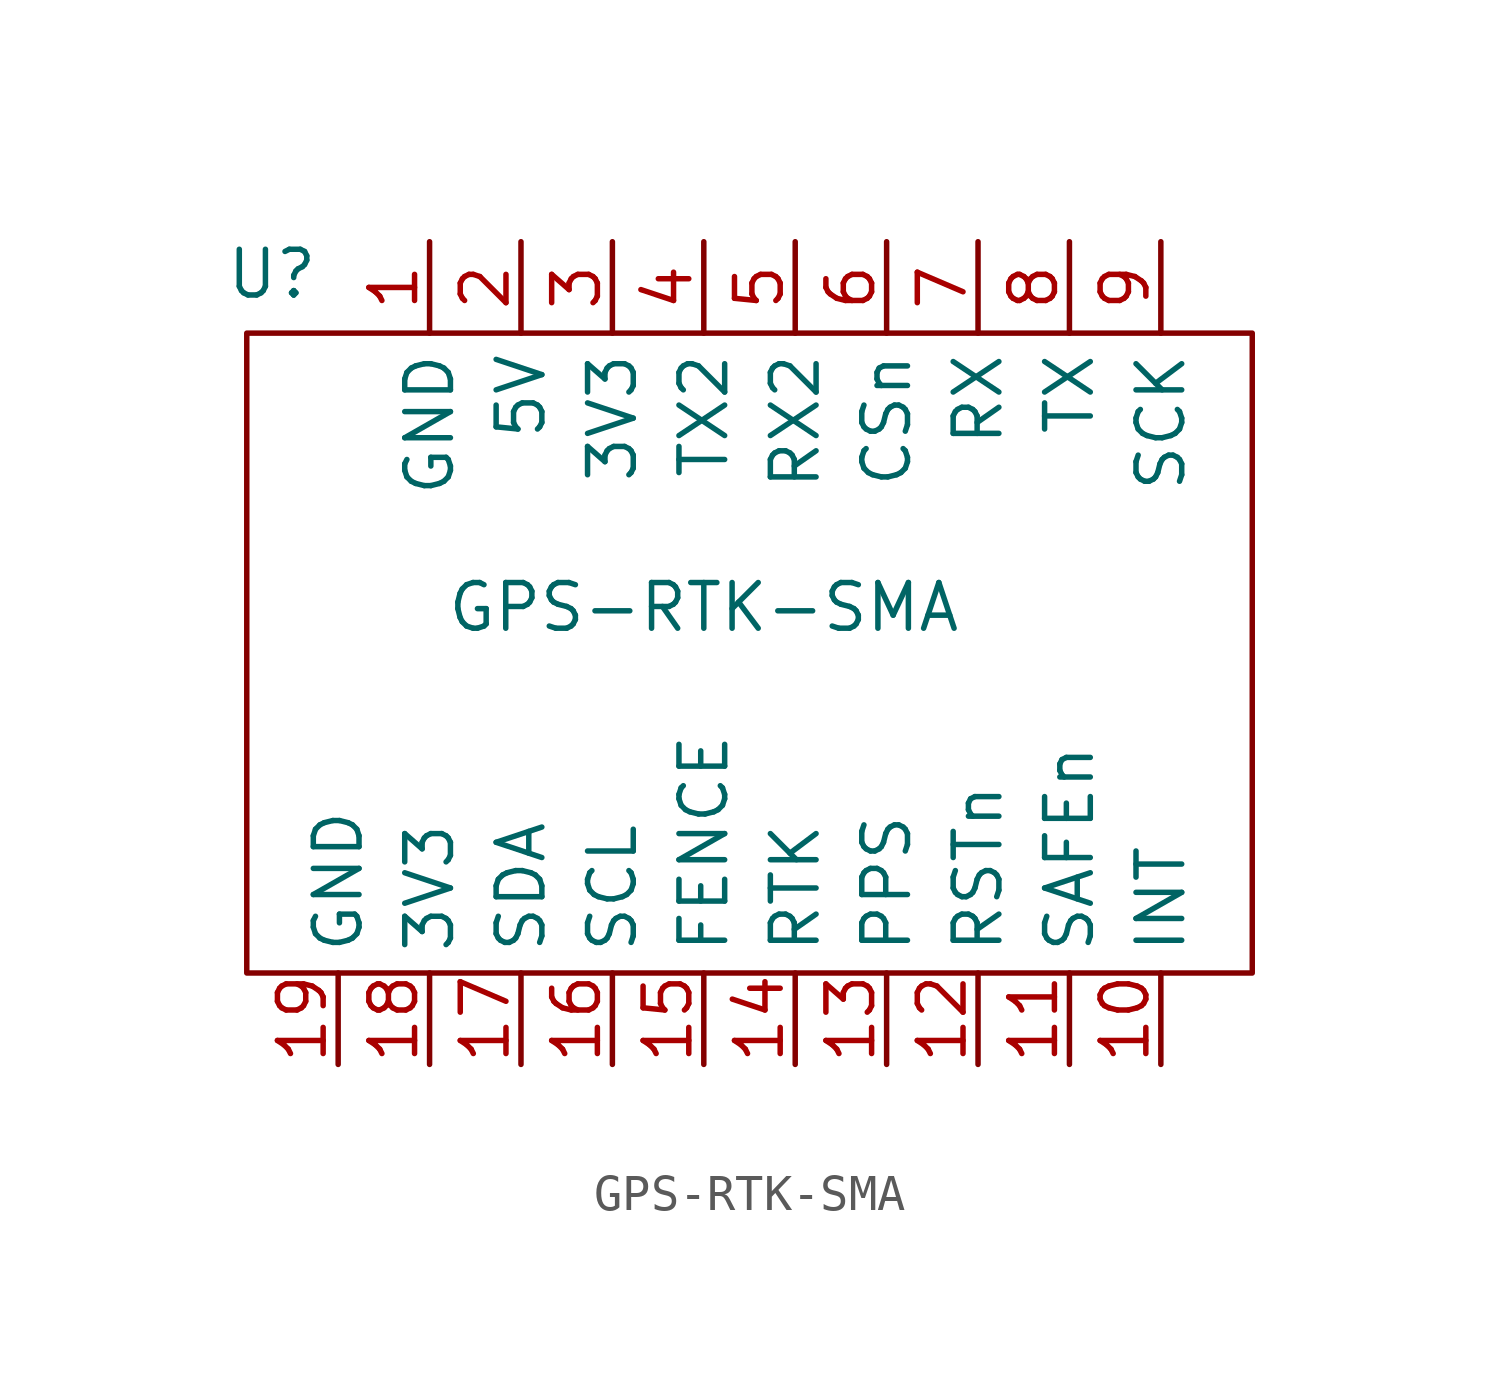
<source format=kicad_sym>
(kicad_symbol_lib
  (version 20211014)
  (generator kicad_symbol_editor)
  (symbol "GPS-RTK-SMA"
    (property "Reference" "U"
      (at -12 24.5 0)
      (effects (font (size 1.27 1.27))))
    (property "Value" "GPS-RTK-SMA"
      (at 0 15.24 0)
      (effects (font (size 1.27 1.27))))
    (symbol "GPS-RTK-SMA_0_1"
      (rectangle (start -12.7 22.86) (end 15.24 5.08) (stroke (width 0.152) (type default) (color 0 0 0 0)) (fill (type none))))
    (symbol "GPS-RTK-SMA_1_1"
      (pin input line (at -7.62 25.4 270) (length 2.54) (name "GND" (effects (font (size 1.27 1.27)))) (number "1" (effects (font (size 1.27 1.27)))))
      (pin input line (at 12.7 2.54 90) (length 2.54) (name "INT" (effects (font (size 1.27 1.27)))) (number "10" (effects (font (size 1.27 1.27)))))
      (pin input line (at 10.16 2.54 90) (length 2.54) (name "SAFEn" (effects (font (size 1.27 1.27)))) (number "11" (effects (font (size 1.27 1.27)))))
      (pin input line (at 7.62 2.54 90) (length 2.54) (name "RSTn" (effects (font (size 1.27 1.27)))) (number "12" (effects (font (size 1.27 1.27)))))
      (pin input line (at 5.08 2.54 90) (length 2.54) (name "PPS" (effects (font (size 1.27 1.27)))) (number "13" (effects (font (size 1.27 1.27)))))
      (pin input line (at 2.54 2.54 90) (length 2.54) (name "RTK" (effects (font (size 1.27 1.27)))) (number "14" (effects (font (size 1.27 1.27)))))
      (pin input line (at 0 2.54 90) (length 2.54) (name "FENCE" (effects (font (size 1.27 1.27)))) (number "15" (effects (font (size 1.27 1.27)))))
      (pin input line (at -2.54 2.54 90) (length 2.54) (name "SCL" (effects (font (size 1.27 1.27)))) (number "16" (effects (font (size 1.27 1.27)))))
      (pin input line (at -5.08 2.54 90) (length 2.54) (name "SDA" (effects (font (size 1.27 1.27)))) (number "17" (effects (font (size 1.27 1.27)))))
      (pin input line (at -7.62 2.54 90) (length 2.54) (name "3V3" (effects (font (size 1.27 1.27)))) (number "18" (effects (font (size 1.27 1.27)))))
      (pin input line (at -10.16 2.54 90) (length 2.54) (name "GND" (effects (font (size 1.27 1.27)))) (number "19" (effects (font (size 1.27 1.27)))))
      (pin input line (at -5.08 25.4 270) (length 2.54) (name "5V" (effects (font (size 1.27 1.27)))) (number "2" (effects (font (size 1.27 1.27)))))
      (pin input line (at -2.54 25.4 270) (length 2.54) (name "3V3" (effects (font (size 1.27 1.27)))) (number "3" (effects (font (size 1.27 1.27)))))
      (pin input line (at 0 25.4 270) (length 2.54) (name "TX2" (effects (font (size 1.27 1.27)))) (number "4" (effects (font (size 1.27 1.27)))))
      (pin input line (at 2.54 25.4 270) (length 2.54) (name "RX2" (effects (font (size 1.27 1.27)))) (number "5" (effects (font (size 1.27 1.27)))))
      (pin input line (at 5.08 25.4 270) (length 2.54) (name "CSn" (effects (font (size 1.27 1.27)))) (number "6" (effects (font (size 1.27 1.27)))))
      (pin input line (at 7.62 25.4 270) (length 2.54) (name "RX" (effects (font (size 1.27 1.27)))) (number "7" (effects (font (size 1.27 1.27)))))
      (pin input line (at 10.16 25.4 270) (length 2.54) (name "TX" (effects (font (size 1.27 1.27)))) (number "8" (effects (font (size 1.27 1.27)))))
      (pin input line (at 12.7 25.4 270) (length 2.54) (name "SCK" (effects (font (size 1.27 1.27)))) (number "9" (effects (font (size 1.27 1.27))))))))
</source>
